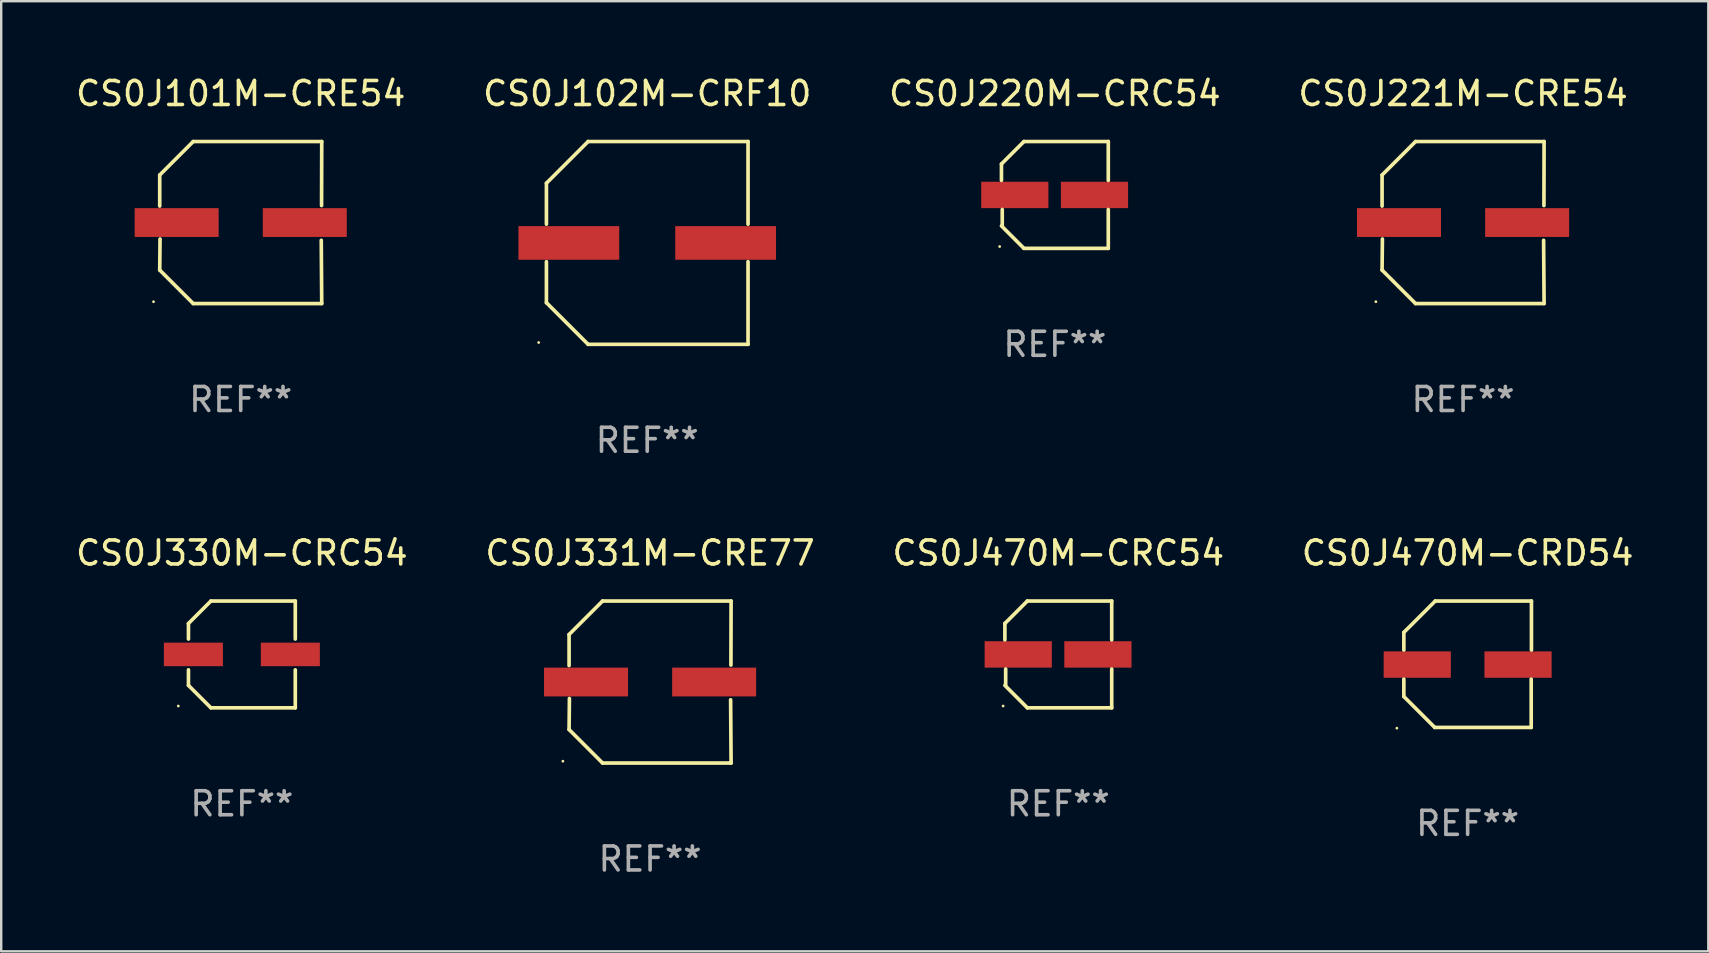
<source format=kicad_pcb>
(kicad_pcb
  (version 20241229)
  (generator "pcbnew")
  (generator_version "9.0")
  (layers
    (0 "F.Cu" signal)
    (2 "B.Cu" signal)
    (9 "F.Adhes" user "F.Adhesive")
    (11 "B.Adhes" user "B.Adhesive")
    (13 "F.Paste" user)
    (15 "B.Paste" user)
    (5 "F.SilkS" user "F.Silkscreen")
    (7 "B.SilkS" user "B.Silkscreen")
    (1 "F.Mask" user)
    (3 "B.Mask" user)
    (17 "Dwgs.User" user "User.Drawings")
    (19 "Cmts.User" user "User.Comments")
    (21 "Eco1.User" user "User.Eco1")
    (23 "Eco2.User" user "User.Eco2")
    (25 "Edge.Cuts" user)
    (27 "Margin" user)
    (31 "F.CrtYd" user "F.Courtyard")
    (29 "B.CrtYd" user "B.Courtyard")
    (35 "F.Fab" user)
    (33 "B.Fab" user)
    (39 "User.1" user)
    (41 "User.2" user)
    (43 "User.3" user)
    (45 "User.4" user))
  (footprint "CS0J101M-CRE54"
    (layer "F.Cu")
    (at 6.982 6.224)
    (property "Reference" "CS0J101M-CRE54" (at 0 -5.376 0) (layer "F.SilkS") (effects (font (size 1 1) (thickness 0.15))))
    (attr through_hole)
    (fp_line (start -3.376 -1.98) (end -3.376 -0.686) (stroke (width 0.152) (type solid)) (layer "F.SilkS"))
    (fp_line (start -3.376 1.981) (end -3.362 0.686) (stroke (width 0.152) (type solid)) (layer "F.SilkS"))
    (fp_line (start -1.981 3.376) (end -3.376 1.981) (stroke (width 0.152) (type solid)) (layer "F.SilkS"))
    (fp_line (start -1.98 -3.376) (end -3.376 -1.98) (stroke (width 0.152) (type solid)) (layer "F.SilkS"))
    (fp_line (start 3.356 0.74) (end 3.376 3.376) (stroke (width 0.152) (type solid)) (layer "F.SilkS"))
    (fp_line (start 3.369 -0.707) (end 3.376 -3.376) (stroke (width 0.152) (type solid)) (layer "F.SilkS"))
    (fp_line (start 3.376 3.376) (end -1.981 3.376) (stroke (width 0.152) (type solid)) (layer "F.SilkS"))
    (fp_line (start 3.376 -3.376) (end -1.98 -3.376) (stroke (width 0.152) (type solid)) (layer "F.SilkS"))
    (fp_circle (center -3.634 3.3) (end -3.604 3.3) (stroke (width 0.06) (type solid)) (fill no) (layer "F.SilkS"))
    (fp_text user "REF**" (at 0 7.376 0) (layer "F.Fab") (effects (font (size 1 1) (thickness 0.15))))
    (pad "1" smd rect (at -2.67 0.000254) (size 3.5 1.2) (layers "F.Cu" "F.Mask" "F.Paste"))
    (pad "2" smd rect (at 2.67 0.000254) (size 3.5 1.2) (layers "F.Cu" "F.Mask" "F.Paste")))
  (footprint "CS0J470M-CRD54"
    (layer "F.Cu")
    (at 58.113 24.631)
    (property "Reference" "CS0J470M-CRD54" (at 0 -4.634 0) (layer "F.SilkS") (effects (font (size 1 1) (thickness 0.15))))
    (attr through_hole)
    (fp_line (start -2.659 -1.326) (end -2.659 -0.592) (stroke (width 0.152) (type solid)) (layer "F.SilkS"))
    (fp_line (start -2.659 1.346) (end -2.659 0.622) (stroke (width 0.152) (type solid)) (layer "F.SilkS"))
    (fp_line (start -1.372 2.634) (end -2.659 1.346) (stroke (width 0.152) (type solid)) (layer "F.SilkS"))
    (fp_line (start -1.349 -2.634) (end -2.659 -1.326) (stroke (width 0.152) (type solid)) (layer "F.SilkS"))
    (fp_line (start 2.649 0.622) (end 2.649 2.634) (stroke (width 0.152) (type solid)) (layer "F.SilkS"))
    (fp_line (start 2.649 2.634) (end -1.372 2.634) (stroke (width 0.152) (type solid)) (layer "F.SilkS"))
    (fp_line (start 2.659 -2.634) (end -1.349 -2.634) (stroke (width 0.152) (type solid)) (layer "F.SilkS"))
    (fp_line (start 2.659 -0.592) (end 2.659 -2.634) (stroke (width 0.152) (type solid)) (layer "F.SilkS"))
    (fp_circle (center -2.95 2.665) (end -2.92 2.665) (stroke (width 0.06) (type solid)) (fill no) (layer "F.SilkS"))
    (fp_text user "REF**" (at 0 6.634 0) (layer "F.Fab") (effects (font (size 1 1) (thickness 0.15))))
    (pad "1" smd rect (at -2.1 0.015) (size 2.8 1.1) (layers "F.Cu" "F.Mask" "F.Paste"))
    (pad "2" smd rect (at 2.1 0.015) (size 2.8 1.1) (layers "F.Cu" "F.Mask" "F.Paste")))
  (footprint "CS0J220M-CRC54"
    (layer "F.Cu")
    (at 40.911 5.074)
    (property "Reference" "CS0J220M-CRC54" (at 0 -4.226 0) (layer "F.SilkS") (effects (font (size 1 1) (thickness 0.15))))
    (attr through_hole)
    (fp_line (start -2.226 -1.29) (end -2.226 -0.607) (stroke (width 0.152) (type solid)) (layer "F.SilkS"))
    (fp_line (start -2.193 1.29) (end -2.193 0.607) (stroke (width 0.152) (type solid)) (layer "F.SilkS"))
    (fp_line (start -1.29 2.226) (end -2.226 1.29) (stroke (width 0.152) (type solid)) (layer "F.SilkS"))
    (fp_line (start -1.29 -2.226) (end -2.226 -1.29) (stroke (width 0.152) (type solid)) (layer "F.SilkS"))
    (fp_line (start 2.226 -2.226) (end -1.29 -2.226) (stroke (width 0.152) (type solid)) (layer "F.SilkS"))
    (fp_line (start 2.226 -0.607) (end 2.226 -2.226) (stroke (width 0.152) (type solid)) (layer "F.SilkS"))
    (fp_line (start 2.226 0.607) (end 2.226 2.226) (stroke (width 0.152) (type solid)) (layer "F.SilkS"))
    (fp_line (start 2.226 2.226) (end -1.29 2.226) (stroke (width 0.152) (type solid)) (layer "F.SilkS"))
    (fp_circle (center -2.3 2.15) (end -2.27 2.15) (stroke (width 0.06) (type solid)) (fill no) (layer "F.SilkS"))
    (fp_text user "REF**" (at 0 6.226 0) (layer "F.Fab") (effects (font (size 1 1) (thickness 0.15))))
    (pad "1" smd rect (at -1.67 -0.000025) (size 2.8 1.1) (layers "F.Cu" "F.Mask" "F.Paste"))
    (pad "2" smd rect (at 1.651 -0.000025) (size 2.8 1.1) (layers "F.Cu" "F.Mask" "F.Paste")))
  (footprint "CS0J221M-CRE54"
    (layer "F.Cu")
    (at 57.923 6.224)
    (property "Reference" "CS0J221M-CRE54" (at 0 -5.376 0) (layer "F.SilkS") (effects (font (size 1 1) (thickness 0.15))))
    (attr through_hole)
    (fp_line (start -3.376 -1.98) (end -3.376 -0.686) (stroke (width 0.152) (type solid)) (layer "F.SilkS"))
    (fp_line (start -3.376 1.981) (end -3.362 0.686) (stroke (width 0.152) (type solid)) (layer "F.SilkS"))
    (fp_line (start -1.981 3.376) (end -3.376 1.981) (stroke (width 0.152) (type solid)) (layer "F.SilkS"))
    (fp_line (start -1.98 -3.376) (end -3.376 -1.98) (stroke (width 0.152) (type solid)) (layer "F.SilkS"))
    (fp_line (start 3.356 0.74) (end 3.376 3.376) (stroke (width 0.152) (type solid)) (layer "F.SilkS"))
    (fp_line (start 3.369 -0.707) (end 3.376 -3.376) (stroke (width 0.152) (type solid)) (layer "F.SilkS"))
    (fp_line (start 3.376 3.376) (end -1.981 3.376) (stroke (width 0.152) (type solid)) (layer "F.SilkS"))
    (fp_line (start 3.376 -3.376) (end -1.98 -3.376) (stroke (width 0.152) (type solid)) (layer "F.SilkS"))
    (fp_circle (center -3.634 3.3) (end -3.604 3.3) (stroke (width 0.06) (type solid)) (fill no) (layer "F.SilkS"))
    (fp_text user "REF**" (at 0 7.376 0) (layer "F.Fab") (effects (font (size 1 1) (thickness 0.15))))
    (pad "1" smd rect (at -2.67 0.000254) (size 3.5 1.2) (layers "F.Cu" "F.Mask" "F.Paste"))
    (pad "2" smd rect (at 2.67 0.000254) (size 3.5 1.2) (layers "F.Cu" "F.Mask" "F.Paste")))
  (footprint "CS0J330M-CRC54"
    (layer "F.Cu")
    (at 7.03 24.223)
    (property "Reference" "CS0J330M-CRC54" (at 0 -4.226 0) (layer "F.SilkS") (effects (font (size 1 1) (thickness 0.15))))
    (attr through_hole)
    (fp_line (start -2.226 -1.29) (end -1.29 -2.226) (stroke (width 0.152) (type solid)) (layer "F.SilkS"))
    (fp_line (start -2.226 -0.642) (end -2.226 -1.29) (stroke (width 0.152) (type solid)) (layer "F.SilkS"))
    (fp_line (start -2.226 0.642) (end -2.226 1.29) (stroke (width 0.152) (type solid)) (layer "F.SilkS"))
    (fp_line (start -2.226 1.29) (end -1.29 2.226) (stroke (width 0.152) (type solid)) (layer "F.SilkS"))
    (fp_line (start -1.29 -2.226) (end 2.226 -2.226) (stroke (width 0.152) (type solid)) (layer "F.SilkS"))
    (fp_line (start -1.29 2.226) (end 2.226 2.226) (stroke (width 0.152) (type solid)) (layer "F.SilkS"))
    (fp_line (start 2.226 -2.226) (end 2.226 -0.642) (stroke (width 0.152) (type solid)) (layer "F.SilkS"))
    (fp_line (start 2.226 2.226) (end 2.226 0.642) (stroke (width 0.152) (type solid)) (layer "F.SilkS"))
    (fp_circle (center -2.65 2.15) (end -2.62 2.15) (stroke (width 0.06) (type solid)) (fill no) (layer "F.SilkS"))
    (fp_text user "REF**" (at 0 6.226 0) (layer "F.Fab") (effects (font (size 1 1) (thickness 0.15))))
    (pad "1" smd rect (at -2.02 -0.000013) (size 2.46 0.98) (layers "F.Cu" "F.Mask" "F.Paste"))
    (pad "2" smd rect (at 2.02 -0.000013) (size 2.46 0.98) (layers "F.Cu" "F.Mask" "F.Paste")))
  (footprint "CS0J470M-CRC54"
    (layer "F.Cu")
    (at 41.054 24.223)
    (property "Reference" "CS0J470M-CRC54" (at 0 -4.226 0) (layer "F.SilkS") (effects (font (size 1 1) (thickness 0.15))))
    (attr through_hole)
    (fp_line (start -2.226 -1.29) (end -2.226 -0.607) (stroke (width 0.152) (type solid)) (layer "F.SilkS"))
    (fp_line (start -2.193 1.29) (end -2.193 0.607) (stroke (width 0.152) (type solid)) (layer "F.SilkS"))
    (fp_line (start -1.29 2.226) (end -2.226 1.29) (stroke (width 0.152) (type solid)) (layer "F.SilkS"))
    (fp_line (start -1.29 -2.226) (end -2.226 -1.29) (stroke (width 0.152) (type solid)) (layer "F.SilkS"))
    (fp_line (start 2.226 -2.226) (end -1.29 -2.226) (stroke (width 0.152) (type solid)) (layer "F.SilkS"))
    (fp_line (start 2.226 -0.607) (end 2.226 -2.226) (stroke (width 0.152) (type solid)) (layer "F.SilkS"))
    (fp_line (start 2.226 0.607) (end 2.226 2.226) (stroke (width 0.152) (type solid)) (layer "F.SilkS"))
    (fp_line (start 2.226 2.226) (end -1.29 2.226) (stroke (width 0.152) (type solid)) (layer "F.SilkS"))
    (fp_circle (center -2.3 2.15) (end -2.27 2.15) (stroke (width 0.06) (type solid)) (fill no) (layer "F.SilkS"))
    (fp_text user "REF**" (at 0 6.226 0) (layer "F.Fab") (effects (font (size 1 1) (thickness 0.15))))
    (pad "1" smd rect (at -1.67 -0.000025) (size 2.8 1.1) (layers "F.Cu" "F.Mask" "F.Paste"))
    (pad "2" smd rect (at 1.651 -0.000025) (size 2.8 1.1) (layers "F.Cu" "F.Mask" "F.Paste")))
  (footprint "CS0J102M-CRF10"
    (layer "F.Cu")
    (at 23.923 7.074)
    (property "Reference" "CS0J102M-CRF10" (at 0 -6.226 0) (layer "F.SilkS") (effects (font (size 1 1) (thickness 0.15))))
    (attr through_hole)
    (fp_line (start -4.201 -2.49) (end -4.201 -0.782) (stroke (width 0.152) (type solid)) (layer "F.SilkS"))
    (fp_line (start -4.201 2.49) (end -4.201 0.782) (stroke (width 0.152) (type solid)) (layer "F.SilkS"))
    (fp_line (start -2.465 -4.226) (end -4.201 -2.49) (stroke (width 0.152) (type solid)) (layer "F.SilkS"))
    (fp_line (start -2.465 4.226) (end -4.201 2.49) (stroke (width 0.152) (type solid)) (layer "F.SilkS"))
    (fp_line (start 4.201 -4.226) (end -2.465 -4.226) (stroke (width 0.152) (type solid)) (layer "F.SilkS"))
    (fp_line (start 4.201 -0.782) (end 4.201 -4.226) (stroke (width 0.152) (type solid)) (layer "F.SilkS"))
    (fp_line (start 4.201 0.782) (end 4.201 4.226) (stroke (width 0.152) (type solid)) (layer "F.SilkS"))
    (fp_line (start 4.201 4.226) (end -2.465 4.226) (stroke (width 0.152) (type solid)) (layer "F.SilkS"))
    (fp_circle (center -4.524 4.15) (end -4.494 4.15) (stroke (width 0.06) (type solid)) (fill no) (layer "F.SilkS"))
    (fp_text user "REF**" (at 0 8.226 0) (layer "F.Fab") (effects (font (size 1 1) (thickness 0.15))))
    (pad "1" smd rect (at -3.267 0) (size 4.2 1.4) (layers "F.Cu" "F.Mask" "F.Paste"))
    (pad "2" smd rect (at 3.267 0) (size 4.2 1.4) (layers "F.Cu" "F.Mask" "F.Paste")))
  (footprint "CS0J331M-CRE77"
    (layer "F.Cu")
    (at 24.042 25.373)
    (property "Reference" "CS0J331M-CRE77" (at 0 -5.376 0) (layer "F.SilkS") (effects (font (size 1 1) (thickness 0.15))))
    (attr through_hole)
    (fp_line (start -3.376 -1.98) (end -3.376 -0.686) (stroke (width 0.152) (type solid)) (layer "F.SilkS"))
    (fp_line (start -3.376 1.981) (end -3.362 0.686) (stroke (width 0.152) (type solid)) (layer "F.SilkS"))
    (fp_line (start -1.981 3.376) (end -3.376 1.981) (stroke (width 0.152) (type solid)) (layer "F.SilkS"))
    (fp_line (start -1.98 -3.376) (end -3.376 -1.98) (stroke (width 0.152) (type solid)) (layer "F.SilkS"))
    (fp_line (start 3.356 0.74) (end 3.376 3.376) (stroke (width 0.152) (type solid)) (layer "F.SilkS"))
    (fp_line (start 3.369 -0.707) (end 3.376 -3.376) (stroke (width 0.152) (type solid)) (layer "F.SilkS"))
    (fp_line (start 3.376 3.376) (end -1.981 3.376) (stroke (width 0.152) (type solid)) (layer "F.SilkS"))
    (fp_line (start 3.376 -3.376) (end -1.98 -3.376) (stroke (width 0.152) (type solid)) (layer "F.SilkS"))
    (fp_circle (center -3.634 3.3) (end -3.604 3.3) (stroke (width 0.06) (type solid)) (fill no) (layer "F.SilkS"))
    (fp_text user "REF**" (at 0 7.376 0) (layer "F.Fab") (effects (font (size 1 1) (thickness 0.15))))
    (pad "1" smd rect (at -2.67 0.000254) (size 3.5 1.2) (layers "F.Cu" "F.Mask" "F.Paste"))
    (pad "2" smd rect (at 2.67 0.000254) (size 3.5 1.2) (layers "F.Cu" "F.Mask" "F.Paste")))
  (gr_rect
    (start -3 -3)
    (end 68.143 36.597)
    (stroke (width 0.1) (type default))
    (fill no)
    (layer "Edge.Cuts")))
</source>
